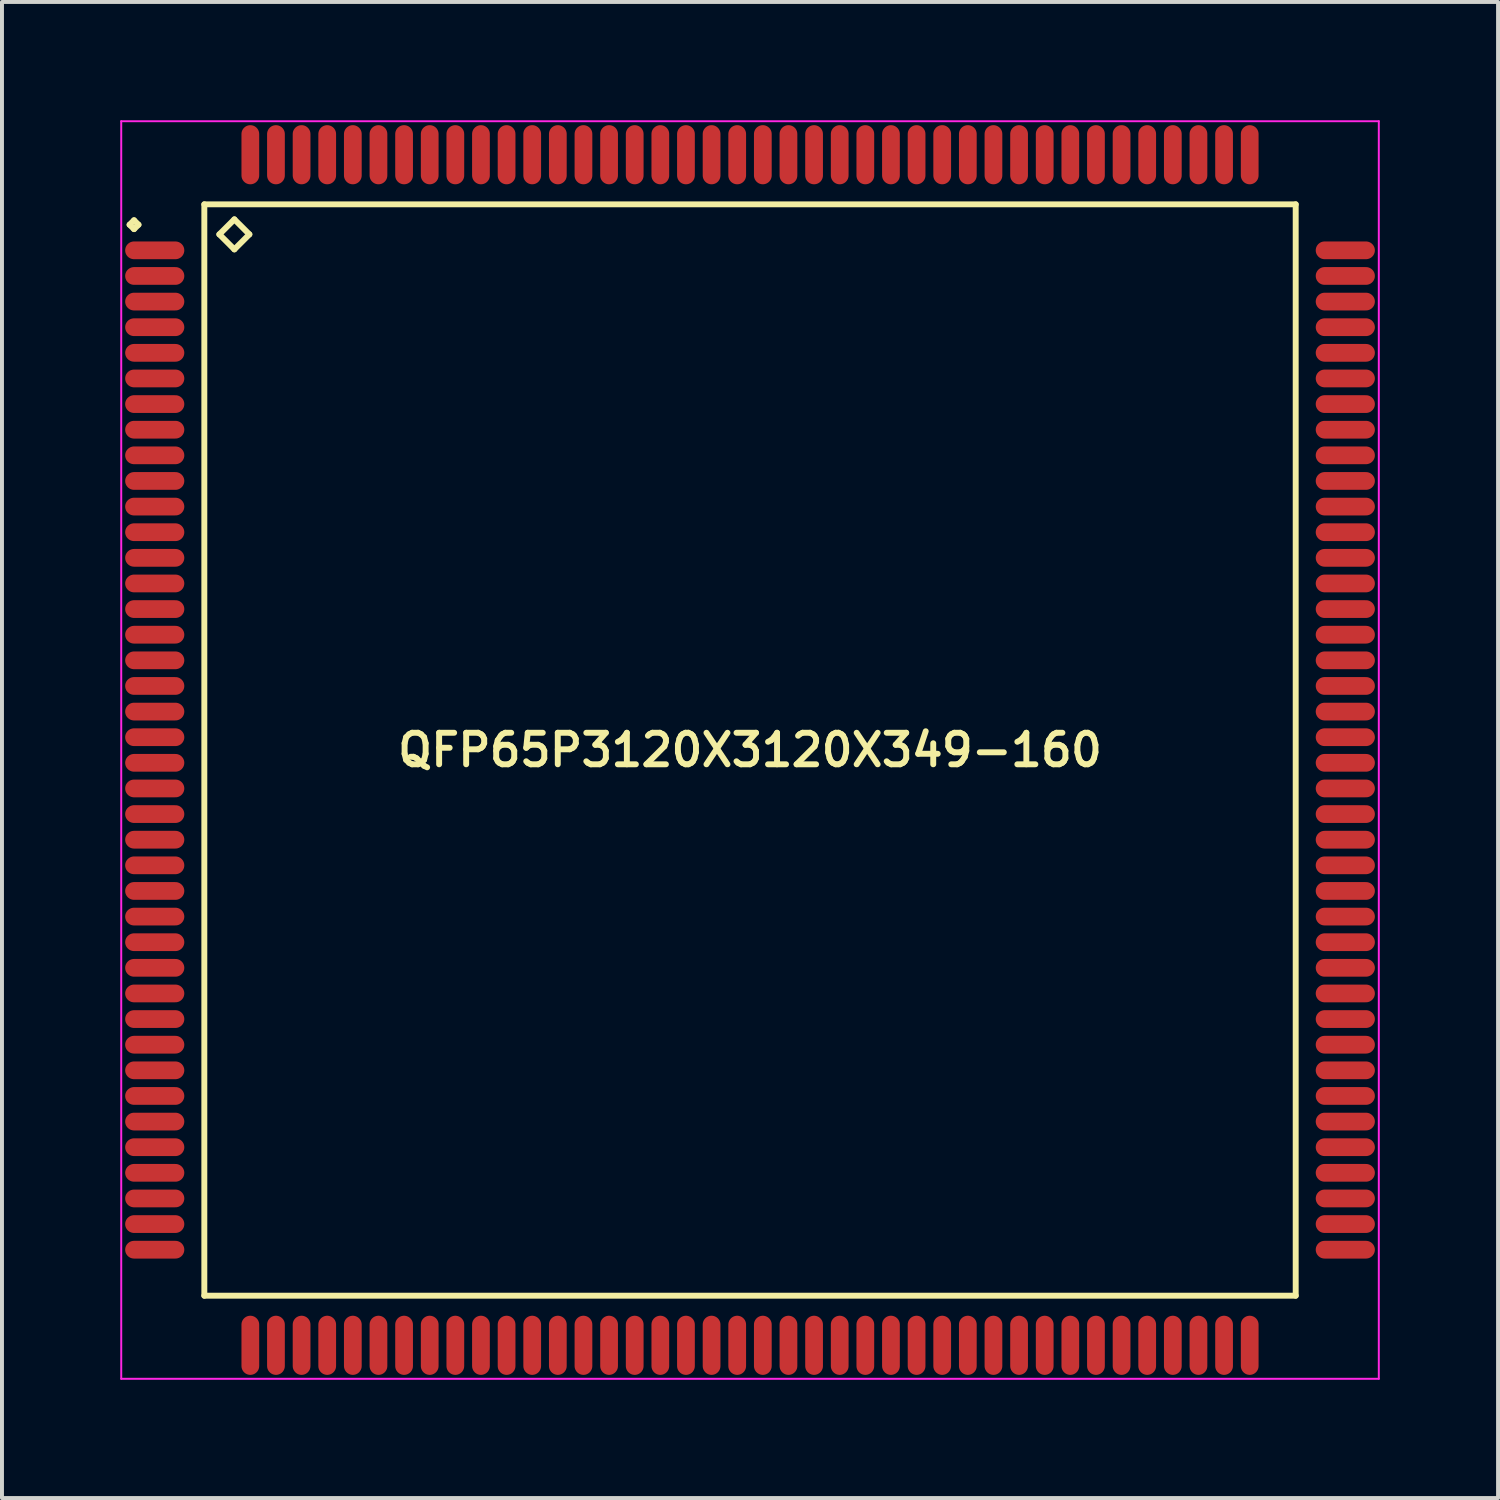
<source format=kicad_pcb>
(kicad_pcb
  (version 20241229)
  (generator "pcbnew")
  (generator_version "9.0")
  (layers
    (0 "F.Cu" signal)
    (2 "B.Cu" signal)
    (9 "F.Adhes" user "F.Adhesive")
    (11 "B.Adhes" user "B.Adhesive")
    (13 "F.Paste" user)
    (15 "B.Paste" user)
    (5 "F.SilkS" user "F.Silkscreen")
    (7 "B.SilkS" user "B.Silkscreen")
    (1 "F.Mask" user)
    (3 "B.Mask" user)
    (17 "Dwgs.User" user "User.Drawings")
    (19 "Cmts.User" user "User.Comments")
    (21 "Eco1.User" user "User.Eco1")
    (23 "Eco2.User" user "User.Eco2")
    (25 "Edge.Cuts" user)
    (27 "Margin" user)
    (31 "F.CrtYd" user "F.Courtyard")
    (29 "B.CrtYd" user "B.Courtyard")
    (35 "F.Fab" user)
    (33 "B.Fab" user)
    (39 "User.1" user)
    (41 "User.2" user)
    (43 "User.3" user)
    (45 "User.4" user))
  (footprint "QFP65P3120X3120X349-160"
    (layer "F.Cu")
    (at 15.975 15.975)
    (property "Reference" "QFP65P3120X3120X349-160" (at 0 0 0) (layer "F.SilkS") (effects (font (size 0.8 0.8) (thickness 0.15))))
    (attr smd)
    (fp_line (start -15.738 -13.325) (end -15.625 -13.438) (stroke (width 0.15) (type solid)) (layer "F.SilkS"))
    (fp_line (start -15.625 -13.438) (end -15.512 -13.325) (stroke (width 0.15) (type solid)) (layer "F.SilkS"))
    (fp_line (start -15.625 -13.213) (end -15.738 -13.325) (stroke (width 0.15) (type solid)) (layer "F.SilkS"))
    (fp_line (start -15.512 -13.325) (end -15.625 -13.213) (stroke (width 0.15) (type solid)) (layer "F.SilkS"))
    (fp_line (start -13.842 -13.842) (end -13.842 13.842) (stroke (width 0.15) (type solid)) (layer "F.SilkS"))
    (fp_line (start -13.842 13.842) (end 13.842 13.842) (stroke (width 0.15) (type solid)) (layer "F.SilkS"))
    (fp_line (start -13.461 -13.08) (end -13.08 -13.461) (stroke (width 0.15) (type solid)) (layer "F.SilkS"))
    (fp_line (start -13.08 -13.461) (end -12.699 -13.08) (stroke (width 0.15) (type solid)) (layer "F.SilkS"))
    (fp_line (start -13.08 -12.699) (end -13.461 -13.08) (stroke (width 0.15) (type solid)) (layer "F.SilkS"))
    (fp_line (start -12.699 -13.08) (end -13.08 -12.699) (stroke (width 0.15) (type solid)) (layer "F.SilkS"))
    (fp_line (start 13.842 -13.842) (end -13.842 -13.842) (stroke (width 0.15) (type solid)) (layer "F.SilkS"))
    (fp_line (start 13.842 13.842) (end 13.842 -13.842) (stroke (width 0.15) (type solid)) (layer "F.SilkS"))
    (fp_line (start -15.95 -15.95) (end 15.95 -15.95) (stroke (width 0.05) (type solid)) (layer "F.CrtYd"))
    (fp_line (start -15.95 15.95) (end -15.95 -15.95) (stroke (width 0.05) (type solid)) (layer "F.CrtYd"))
    (fp_line (start 15.95 -15.95) (end 15.95 15.95) (stroke (width 0.05) (type solid)) (layer "F.CrtYd"))
    (fp_line (start 15.95 15.95) (end -15.95 15.95) (stroke (width 0.05) (type solid)) (layer "F.CrtYd"))
    (pad "1" smd oval (at -15.1 -12.675) (size 1.5 0.45) (layers "F.Cu" "F.Mask" "F.Paste"))
    (pad "2" smd oval (at -15.1 -12.025) (size 1.5 0.45) (layers "F.Cu" "F.Mask" "F.Paste"))
    (pad "3" smd oval (at -15.1 -11.375) (size 1.5 0.45) (layers "F.Cu" "F.Mask" "F.Paste"))
    (pad "4" smd oval (at -15.1 -10.725) (size 1.5 0.45) (layers "F.Cu" "F.Mask" "F.Paste"))
    (pad "5" smd oval (at -15.1 -10.075) (size 1.5 0.45) (layers "F.Cu" "F.Mask" "F.Paste"))
    (pad "6" smd oval (at -15.1 -9.425) (size 1.5 0.45) (layers "F.Cu" "F.Mask" "F.Paste"))
    (pad "7" smd oval (at -15.1 -8.775) (size 1.5 0.45) (layers "F.Cu" "F.Mask" "F.Paste"))
    (pad "8" smd oval (at -15.1 -8.125) (size 1.5 0.45) (layers "F.Cu" "F.Mask" "F.Paste"))
    (pad "9" smd oval (at -15.1 -7.475) (size 1.5 0.45) (layers "F.Cu" "F.Mask" "F.Paste"))
    (pad "10" smd oval (at -15.1 -6.825) (size 1.5 0.45) (layers "F.Cu" "F.Mask" "F.Paste"))
    (pad "11" smd oval (at -15.1 -6.175) (size 1.5 0.45) (layers "F.Cu" "F.Mask" "F.Paste"))
    (pad "12" smd oval (at -15.1 -5.525) (size 1.5 0.45) (layers "F.Cu" "F.Mask" "F.Paste"))
    (pad "13" smd oval (at -15.1 -4.875) (size 1.5 0.45) (layers "F.Cu" "F.Mask" "F.Paste"))
    (pad "14" smd oval (at -15.1 -4.225) (size 1.5 0.45) (layers "F.Cu" "F.Mask" "F.Paste"))
    (pad "15" smd oval (at -15.1 -3.575) (size 1.5 0.45) (layers "F.Cu" "F.Mask" "F.Paste"))
    (pad "16" smd oval (at -15.1 -2.925) (size 1.5 0.45) (layers "F.Cu" "F.Mask" "F.Paste"))
    (pad "17" smd oval (at -15.1 -2.275) (size 1.5 0.45) (layers "F.Cu" "F.Mask" "F.Paste"))
    (pad "18" smd oval (at -15.1 -1.625) (size 1.5 0.45) (layers "F.Cu" "F.Mask" "F.Paste"))
    (pad "19" smd oval (at -15.1 -0.975) (size 1.5 0.45) (layers "F.Cu" "F.Mask" "F.Paste"))
    (pad "20" smd oval (at -15.1 -0.325) (size 1.5 0.45) (layers "F.Cu" "F.Mask" "F.Paste"))
    (pad "21" smd oval (at -15.1 0.325) (size 1.5 0.45) (layers "F.Cu" "F.Mask" "F.Paste"))
    (pad "22" smd oval (at -15.1 0.975) (size 1.5 0.45) (layers "F.Cu" "F.Mask" "F.Paste"))
    (pad "23" smd oval (at -15.1 1.625) (size 1.5 0.45) (layers "F.Cu" "F.Mask" "F.Paste"))
    (pad "24" smd oval (at -15.1 2.275) (size 1.5 0.45) (layers "F.Cu" "F.Mask" "F.Paste"))
    (pad "25" smd oval (at -15.1 2.925) (size 1.5 0.45) (layers "F.Cu" "F.Mask" "F.Paste"))
    (pad "26" smd oval (at -15.1 3.575) (size 1.5 0.45) (layers "F.Cu" "F.Mask" "F.Paste"))
    (pad "27" smd oval (at -15.1 4.225) (size 1.5 0.45) (layers "F.Cu" "F.Mask" "F.Paste"))
    (pad "28" smd oval (at -15.1 4.875) (size 1.5 0.45) (layers "F.Cu" "F.Mask" "F.Paste"))
    (pad "29" smd oval (at -15.1 5.525) (size 1.5 0.45) (layers "F.Cu" "F.Mask" "F.Paste"))
    (pad "30" smd oval (at -15.1 6.175) (size 1.5 0.45) (layers "F.Cu" "F.Mask" "F.Paste"))
    (pad "31" smd oval (at -15.1 6.825) (size 1.5 0.45) (layers "F.Cu" "F.Mask" "F.Paste"))
    (pad "32" smd oval (at -15.1 7.475) (size 1.5 0.45) (layers "F.Cu" "F.Mask" "F.Paste"))
    (pad "33" smd oval (at -15.1 8.125) (size 1.5 0.45) (layers "F.Cu" "F.Mask" "F.Paste"))
    (pad "34" smd oval (at -15.1 8.775) (size 1.5 0.45) (layers "F.Cu" "F.Mask" "F.Paste"))
    (pad "35" smd oval (at -15.1 9.425) (size 1.5 0.45) (layers "F.Cu" "F.Mask" "F.Paste"))
    (pad "36" smd oval (at -15.1 10.075) (size 1.5 0.45) (layers "F.Cu" "F.Mask" "F.Paste"))
    (pad "37" smd oval (at -15.1 10.725) (size 1.5 0.45) (layers "F.Cu" "F.Mask" "F.Paste"))
    (pad "38" smd oval (at -15.1 11.375) (size 1.5 0.45) (layers "F.Cu" "F.Mask" "F.Paste"))
    (pad "39" smd oval (at -15.1 12.025) (size 1.5 0.45) (layers "F.Cu" "F.Mask" "F.Paste"))
    (pad "40" smd oval (at -15.1 12.675) (size 1.5 0.45) (layers "F.Cu" "F.Mask" "F.Paste"))
    (pad "41" smd oval (at -12.675 15.1) (size 0.45 1.5) (layers "F.Cu" "F.Mask" "F.Paste"))
    (pad "42" smd oval (at -12.025 15.1) (size 0.45 1.5) (layers "F.Cu" "F.Mask" "F.Paste"))
    (pad "43" smd oval (at -11.375 15.1) (size 0.45 1.5) (layers "F.Cu" "F.Mask" "F.Paste"))
    (pad "44" smd oval (at -10.725 15.1) (size 0.45 1.5) (layers "F.Cu" "F.Mask" "F.Paste"))
    (pad "45" smd oval (at -10.075 15.1) (size 0.45 1.5) (layers "F.Cu" "F.Mask" "F.Paste"))
    (pad "46" smd oval (at -9.425 15.1) (size 0.45 1.5) (layers "F.Cu" "F.Mask" "F.Paste"))
    (pad "47" smd oval (at -8.775 15.1) (size 0.45 1.5) (layers "F.Cu" "F.Mask" "F.Paste"))
    (pad "48" smd oval (at -8.125 15.1) (size 0.45 1.5) (layers "F.Cu" "F.Mask" "F.Paste"))
    (pad "49" smd oval (at -7.475 15.1) (size 0.45 1.5) (layers "F.Cu" "F.Mask" "F.Paste"))
    (pad "50" smd oval (at -6.825 15.1) (size 0.45 1.5) (layers "F.Cu" "F.Mask" "F.Paste"))
    (pad "51" smd oval (at -6.175 15.1) (size 0.45 1.5) (layers "F.Cu" "F.Mask" "F.Paste"))
    (pad "52" smd oval (at -5.525 15.1) (size 0.45 1.5) (layers "F.Cu" "F.Mask" "F.Paste"))
    (pad "53" smd oval (at -4.875 15.1) (size 0.45 1.5) (layers "F.Cu" "F.Mask" "F.Paste"))
    (pad "54" smd oval (at -4.225 15.1) (size 0.45 1.5) (layers "F.Cu" "F.Mask" "F.Paste"))
    (pad "55" smd oval (at -3.575 15.1) (size 0.45 1.5) (layers "F.Cu" "F.Mask" "F.Paste"))
    (pad "56" smd oval (at -2.925 15.1) (size 0.45 1.5) (layers "F.Cu" "F.Mask" "F.Paste"))
    (pad "57" smd oval (at -2.275 15.1) (size 0.45 1.5) (layers "F.Cu" "F.Mask" "F.Paste"))
    (pad "58" smd oval (at -1.625 15.1) (size 0.45 1.5) (layers "F.Cu" "F.Mask" "F.Paste"))
    (pad "59" smd oval (at -0.975 15.1) (size 0.45 1.5) (layers "F.Cu" "F.Mask" "F.Paste"))
    (pad "60" smd oval (at -0.325 15.1) (size 0.45 1.5) (layers "F.Cu" "F.Mask" "F.Paste"))
    (pad "61" smd oval (at 0.325 15.1) (size 0.45 1.5) (layers "F.Cu" "F.Mask" "F.Paste"))
    (pad "62" smd oval (at 0.975 15.1) (size 0.45 1.5) (layers "F.Cu" "F.Mask" "F.Paste"))
    (pad "63" smd oval (at 1.625 15.1) (size 0.45 1.5) (layers "F.Cu" "F.Mask" "F.Paste"))
    (pad "64" smd oval (at 2.275 15.1) (size 0.45 1.5) (layers "F.Cu" "F.Mask" "F.Paste"))
    (pad "65" smd oval (at 2.925 15.1) (size 0.45 1.5) (layers "F.Cu" "F.Mask" "F.Paste"))
    (pad "66" smd oval (at 3.575 15.1) (size 0.45 1.5) (layers "F.Cu" "F.Mask" "F.Paste"))
    (pad "67" smd oval (at 4.225 15.1) (size 0.45 1.5) (layers "F.Cu" "F.Mask" "F.Paste"))
    (pad "68" smd oval (at 4.875 15.1) (size 0.45 1.5) (layers "F.Cu" "F.Mask" "F.Paste"))
    (pad "69" smd oval (at 5.525 15.1) (size 0.45 1.5) (layers "F.Cu" "F.Mask" "F.Paste"))
    (pad "70" smd oval (at 6.175 15.1) (size 0.45 1.5) (layers "F.Cu" "F.Mask" "F.Paste"))
    (pad "71" smd oval (at 6.825 15.1) (size 0.45 1.5) (layers "F.Cu" "F.Mask" "F.Paste"))
    (pad "72" smd oval (at 7.475 15.1) (size 0.45 1.5) (layers "F.Cu" "F.Mask" "F.Paste"))
    (pad "73" smd oval (at 8.125 15.1) (size 0.45 1.5) (layers "F.Cu" "F.Mask" "F.Paste"))
    (pad "74" smd oval (at 8.775 15.1) (size 0.45 1.5) (layers "F.Cu" "F.Mask" "F.Paste"))
    (pad "75" smd oval (at 9.425 15.1) (size 0.45 1.5) (layers "F.Cu" "F.Mask" "F.Paste"))
    (pad "76" smd oval (at 10.075 15.1) (size 0.45 1.5) (layers "F.Cu" "F.Mask" "F.Paste"))
    (pad "77" smd oval (at 10.725 15.1) (size 0.45 1.5) (layers "F.Cu" "F.Mask" "F.Paste"))
    (pad "78" smd oval (at 11.375 15.1) (size 0.45 1.5) (layers "F.Cu" "F.Mask" "F.Paste"))
    (pad "79" smd oval (at 12.025 15.1) (size 0.45 1.5) (layers "F.Cu" "F.Mask" "F.Paste"))
    (pad "80" smd oval (at 12.675 15.1) (size 0.45 1.5) (layers "F.Cu" "F.Mask" "F.Paste"))
    (pad "81" smd oval (at 15.1 12.675) (size 1.5 0.45) (layers "F.Cu" "F.Mask" "F.Paste"))
    (pad "82" smd oval (at 15.1 12.025) (size 1.5 0.45) (layers "F.Cu" "F.Mask" "F.Paste"))
    (pad "83" smd oval (at 15.1 11.375) (size 1.5 0.45) (layers "F.Cu" "F.Mask" "F.Paste"))
    (pad "84" smd oval (at 15.1 10.725) (size 1.5 0.45) (layers "F.Cu" "F.Mask" "F.Paste"))
    (pad "85" smd oval (at 15.1 10.075) (size 1.5 0.45) (layers "F.Cu" "F.Mask" "F.Paste"))
    (pad "86" smd oval (at 15.1 9.425) (size 1.5 0.45) (layers "F.Cu" "F.Mask" "F.Paste"))
    (pad "87" smd oval (at 15.1 8.775) (size 1.5 0.45) (layers "F.Cu" "F.Mask" "F.Paste"))
    (pad "88" smd oval (at 15.1 8.125) (size 1.5 0.45) (layers "F.Cu" "F.Mask" "F.Paste"))
    (pad "89" smd oval (at 15.1 7.475) (size 1.5 0.45) (layers "F.Cu" "F.Mask" "F.Paste"))
    (pad "90" smd oval (at 15.1 6.825) (size 1.5 0.45) (layers "F.Cu" "F.Mask" "F.Paste"))
    (pad "91" smd oval (at 15.1 6.175) (size 1.5 0.45) (layers "F.Cu" "F.Mask" "F.Paste"))
    (pad "92" smd oval (at 15.1 5.525) (size 1.5 0.45) (layers "F.Cu" "F.Mask" "F.Paste"))
    (pad "93" smd oval (at 15.1 4.875) (size 1.5 0.45) (layers "F.Cu" "F.Mask" "F.Paste"))
    (pad "94" smd oval (at 15.1 4.225) (size 1.5 0.45) (layers "F.Cu" "F.Mask" "F.Paste"))
    (pad "95" smd oval (at 15.1 3.575) (size 1.5 0.45) (layers "F.Cu" "F.Mask" "F.Paste"))
    (pad "96" smd oval (at 15.1 2.925) (size 1.5 0.45) (layers "F.Cu" "F.Mask" "F.Paste"))
    (pad "97" smd oval (at 15.1 2.275) (size 1.5 0.45) (layers "F.Cu" "F.Mask" "F.Paste"))
    (pad "98" smd oval (at 15.1 1.625) (size 1.5 0.45) (layers "F.Cu" "F.Mask" "F.Paste"))
    (pad "99" smd oval (at 15.1 0.975) (size 1.5 0.45) (layers "F.Cu" "F.Mask" "F.Paste"))
    (pad "100" smd oval (at 15.1 0.325) (size 1.5 0.45) (layers "F.Cu" "F.Mask" "F.Paste"))
    (pad "101" smd oval (at 15.1 -0.325) (size 1.5 0.45) (layers "F.Cu" "F.Mask" "F.Paste"))
    (pad "102" smd oval (at 15.1 -0.975) (size 1.5 0.45) (layers "F.Cu" "F.Mask" "F.Paste"))
    (pad "103" smd oval (at 15.1 -1.625) (size 1.5 0.45) (layers "F.Cu" "F.Mask" "F.Paste"))
    (pad "104" smd oval (at 15.1 -2.275) (size 1.5 0.45) (layers "F.Cu" "F.Mask" "F.Paste"))
    (pad "105" smd oval (at 15.1 -2.925) (size 1.5 0.45) (layers "F.Cu" "F.Mask" "F.Paste"))
    (pad "106" smd oval (at 15.1 -3.575) (size 1.5 0.45) (layers "F.Cu" "F.Mask" "F.Paste"))
    (pad "107" smd oval (at 15.1 -4.225) (size 1.5 0.45) (layers "F.Cu" "F.Mask" "F.Paste"))
    (pad "108" smd oval (at 15.1 -4.875) (size 1.5 0.45) (layers "F.Cu" "F.Mask" "F.Paste"))
    (pad "109" smd oval (at 15.1 -5.525) (size 1.5 0.45) (layers "F.Cu" "F.Mask" "F.Paste"))
    (pad "110" smd oval (at 15.1 -6.175) (size 1.5 0.45) (layers "F.Cu" "F.Mask" "F.Paste"))
    (pad "111" smd oval (at 15.1 -6.825) (size 1.5 0.45) (layers "F.Cu" "F.Mask" "F.Paste"))
    (pad "112" smd oval (at 15.1 -7.475) (size 1.5 0.45) (layers "F.Cu" "F.Mask" "F.Paste"))
    (pad "113" smd oval (at 15.1 -8.125) (size 1.5 0.45) (layers "F.Cu" "F.Mask" "F.Paste"))
    (pad "114" smd oval (at 15.1 -8.775) (size 1.5 0.45) (layers "F.Cu" "F.Mask" "F.Paste"))
    (pad "115" smd oval (at 15.1 -9.425) (size 1.5 0.45) (layers "F.Cu" "F.Mask" "F.Paste"))
    (pad "116" smd oval (at 15.1 -10.075) (size 1.5 0.45) (layers "F.Cu" "F.Mask" "F.Paste"))
    (pad "117" smd oval (at 15.1 -10.725) (size 1.5 0.45) (layers "F.Cu" "F.Mask" "F.Paste"))
    (pad "118" smd oval (at 15.1 -11.375) (size 1.5 0.45) (layers "F.Cu" "F.Mask" "F.Paste"))
    (pad "119" smd oval (at 15.1 -12.025) (size 1.5 0.45) (layers "F.Cu" "F.Mask" "F.Paste"))
    (pad "120" smd oval (at 15.1 -12.675) (size 1.5 0.45) (layers "F.Cu" "F.Mask" "F.Paste"))
    (pad "121" smd oval (at 12.675 -15.1) (size 0.45 1.5) (layers "F.Cu" "F.Mask" "F.Paste"))
    (pad "122" smd oval (at 12.025 -15.1) (size 0.45 1.5) (layers "F.Cu" "F.Mask" "F.Paste"))
    (pad "123" smd oval (at 11.375 -15.1) (size 0.45 1.5) (layers "F.Cu" "F.Mask" "F.Paste"))
    (pad "124" smd oval (at 10.725 -15.1) (size 0.45 1.5) (layers "F.Cu" "F.Mask" "F.Paste"))
    (pad "125" smd oval (at 10.075 -15.1) (size 0.45 1.5) (layers "F.Cu" "F.Mask" "F.Paste"))
    (pad "126" smd oval (at 9.425 -15.1) (size 0.45 1.5) (layers "F.Cu" "F.Mask" "F.Paste"))
    (pad "127" smd oval (at 8.775 -15.1) (size 0.45 1.5) (layers "F.Cu" "F.Mask" "F.Paste"))
    (pad "128" smd oval (at 8.125 -15.1) (size 0.45 1.5) (layers "F.Cu" "F.Mask" "F.Paste"))
    (pad "129" smd oval (at 7.475 -15.1) (size 0.45 1.5) (layers "F.Cu" "F.Mask" "F.Paste"))
    (pad "130" smd oval (at 6.825 -15.1) (size 0.45 1.5) (layers "F.Cu" "F.Mask" "F.Paste"))
    (pad "131" smd oval (at 6.175 -15.1) (size 0.45 1.5) (layers "F.Cu" "F.Mask" "F.Paste"))
    (pad "132" smd oval (at 5.525 -15.1) (size 0.45 1.5) (layers "F.Cu" "F.Mask" "F.Paste"))
    (pad "133" smd oval (at 4.875 -15.1) (size 0.45 1.5) (layers "F.Cu" "F.Mask" "F.Paste"))
    (pad "134" smd oval (at 4.225 -15.1) (size 0.45 1.5) (layers "F.Cu" "F.Mask" "F.Paste"))
    (pad "135" smd oval (at 3.575 -15.1) (size 0.45 1.5) (layers "F.Cu" "F.Mask" "F.Paste"))
    (pad "136" smd oval (at 2.925 -15.1) (size 0.45 1.5) (layers "F.Cu" "F.Mask" "F.Paste"))
    (pad "137" smd oval (at 2.275 -15.1) (size 0.45 1.5) (layers "F.Cu" "F.Mask" "F.Paste"))
    (pad "138" smd oval (at 1.625 -15.1) (size 0.45 1.5) (layers "F.Cu" "F.Mask" "F.Paste"))
    (pad "139" smd oval (at 0.975 -15.1) (size 0.45 1.5) (layers "F.Cu" "F.Mask" "F.Paste"))
    (pad "140" smd oval (at 0.325 -15.1) (size 0.45 1.5) (layers "F.Cu" "F.Mask" "F.Paste"))
    (pad "141" smd oval (at -0.325 -15.1) (size 0.45 1.5) (layers "F.Cu" "F.Mask" "F.Paste"))
    (pad "142" smd oval (at -0.975 -15.1) (size 0.45 1.5) (layers "F.Cu" "F.Mask" "F.Paste"))
    (pad "143" smd oval (at -1.625 -15.1) (size 0.45 1.5) (layers "F.Cu" "F.Mask" "F.Paste"))
    (pad "144" smd oval (at -2.275 -15.1) (size 0.45 1.5) (layers "F.Cu" "F.Mask" "F.Paste"))
    (pad "145" smd oval (at -2.925 -15.1) (size 0.45 1.5) (layers "F.Cu" "F.Mask" "F.Paste"))
    (pad "146" smd oval (at -3.575 -15.1) (size 0.45 1.5) (layers "F.Cu" "F.Mask" "F.Paste"))
    (pad "147" smd oval (at -4.225 -15.1) (size 0.45 1.5) (layers "F.Cu" "F.Mask" "F.Paste"))
    (pad "148" smd oval (at -4.875 -15.1) (size 0.45 1.5) (layers "F.Cu" "F.Mask" "F.Paste"))
    (pad "149" smd oval (at -5.525 -15.1) (size 0.45 1.5) (layers "F.Cu" "F.Mask" "F.Paste"))
    (pad "150" smd oval (at -6.175 -15.1) (size 0.45 1.5) (layers "F.Cu" "F.Mask" "F.Paste"))
    (pad "151" smd oval (at -6.825 -15.1) (size 0.45 1.5) (layers "F.Cu" "F.Mask" "F.Paste"))
    (pad "152" smd oval (at -7.475 -15.1) (size 0.45 1.5) (layers "F.Cu" "F.Mask" "F.Paste"))
    (pad "153" smd oval (at -8.125 -15.1) (size 0.45 1.5) (layers "F.Cu" "F.Mask" "F.Paste"))
    (pad "154" smd oval (at -8.775 -15.1) (size 0.45 1.5) (layers "F.Cu" "F.Mask" "F.Paste"))
    (pad "155" smd oval (at -9.425 -15.1) (size 0.45 1.5) (layers "F.Cu" "F.Mask" "F.Paste"))
    (pad "156" smd oval (at -10.075 -15.1) (size 0.45 1.5) (layers "F.Cu" "F.Mask" "F.Paste"))
    (pad "157" smd oval (at -10.725 -15.1) (size 0.45 1.5) (layers "F.Cu" "F.Mask" "F.Paste"))
    (pad "158" smd oval (at -11.375 -15.1) (size 0.45 1.5) (layers "F.Cu" "F.Mask" "F.Paste"))
    (pad "159" smd oval (at -12.025 -15.1) (size 0.45 1.5) (layers "F.Cu" "F.Mask" "F.Paste"))
    (pad "160" smd oval (at -12.675 -15.1) (size 0.45 1.5) (layers "F.Cu" "F.Mask" "F.Paste")))
  (gr_rect
    (start -3 -3)
    (end 34.95 34.95)
    (stroke (width 0.1) (type default))
    (fill no)
    (layer "Edge.Cuts")))
</source>
